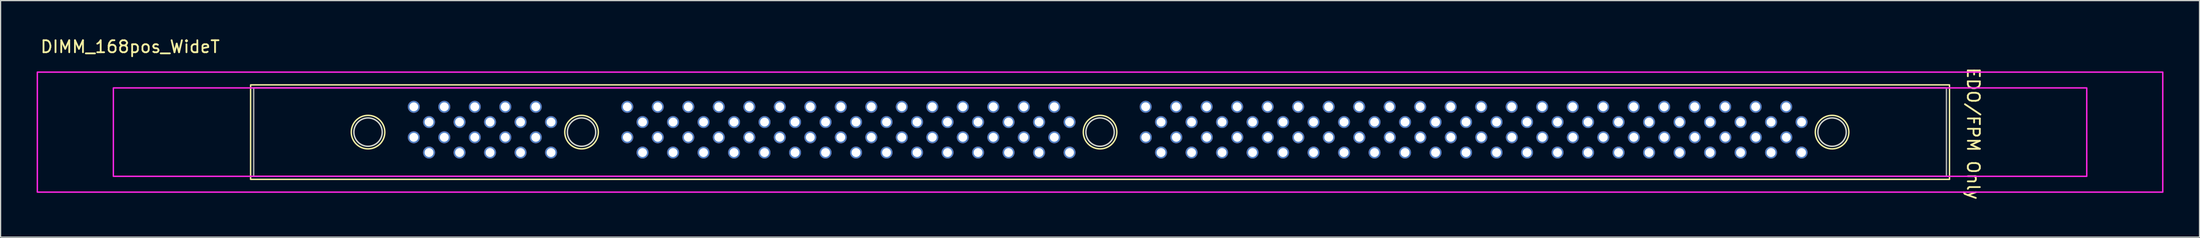
<source format=kicad_pcb>
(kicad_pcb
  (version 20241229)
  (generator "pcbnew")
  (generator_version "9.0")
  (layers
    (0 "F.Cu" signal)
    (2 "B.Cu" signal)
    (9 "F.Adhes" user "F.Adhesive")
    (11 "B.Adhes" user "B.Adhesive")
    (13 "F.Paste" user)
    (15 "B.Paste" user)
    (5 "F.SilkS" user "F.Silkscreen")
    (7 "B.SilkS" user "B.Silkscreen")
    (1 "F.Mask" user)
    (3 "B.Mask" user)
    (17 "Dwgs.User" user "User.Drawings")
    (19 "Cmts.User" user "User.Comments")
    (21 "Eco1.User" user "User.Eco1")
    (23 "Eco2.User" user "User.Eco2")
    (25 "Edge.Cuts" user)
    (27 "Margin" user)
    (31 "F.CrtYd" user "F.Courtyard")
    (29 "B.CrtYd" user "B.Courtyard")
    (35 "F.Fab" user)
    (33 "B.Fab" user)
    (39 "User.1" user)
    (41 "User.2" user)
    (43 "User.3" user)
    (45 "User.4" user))
  (footprint "DIMM_168pos_WideT"
    (layer "F.Cu")
    (at 7.28 5.852)
    (property "Reference" "DIMM_168pos_WideT" (at 0.508 -5.004 0) (unlocked yes) (layer "F.SilkS") (effects (font (size 1 1) (thickness 0.15))))
    (attr through_hole)
    (fp_rect (start 10.541 -1.829) (end 152.019 6.045) (stroke (width 0.12) (type solid)) (fill no) (layer "F.SilkS"))
    (fp_circle (center 20.32 2.108) (end 21.717 2.108) (stroke (width 0.12) (type solid)) (fill no) (layer "F.SilkS"))
    (fp_circle (center 38.1 2.108) (end 39.497 2.108) (stroke (width 0.12) (type solid)) (fill no) (layer "F.SilkS"))
    (fp_circle (center 81.28 2.108) (end 82.677 2.108) (stroke (width 0.12) (type solid)) (fill no) (layer "F.SilkS"))
    (fp_circle (center 142.24 2.108) (end 143.637 2.108) (stroke (width 0.12) (type solid)) (fill no) (layer "F.SilkS"))
    (fp_circle (center 20.32 2.108) (end 21.501 2.108) (stroke (width 0.12) (type solid)) (fill no) (layer "Edge.Cuts"))
    (fp_circle (center 38.1 2.108) (end 39.281 2.108) (stroke (width 0.12) (type solid)) (fill no) (layer "Edge.Cuts"))
    (fp_circle (center 81.28 2.108) (end 82.461 2.108) (stroke (width 0.12) (type solid)) (fill no) (layer "Edge.Cuts"))
    (fp_circle (center 142.24 2.108) (end 143.421 2.108) (stroke (width 0.12) (type solid)) (fill no) (layer "Edge.Cuts"))
    (fp_rect (start -7.22 -2.892) (end 169.78 7.108) (stroke (width 0.12) (type solid)) (fill no) (layer "F.CrtYd"))
    (fp_rect (start -0.889 -1.575) (end 163.449 5.791) (stroke (width 0.12) (type solid)) (fill no) (layer "F.CrtYd"))
    (fp_rect (start 10.795 -1.575) (end 151.765 5.791) (stroke (width 0.12) (type solid)) (fill no) (layer "F.Fab"))
    (fp_text user "EDO/FPM Only" (at 154 2.235 270) (unlocked yes) (layer "F.SilkS") (effects (font (size 1 1) (thickness 0.15))))
    (pad "1" thru_hole circle (at 24.13 2.54) (size 1 1) (drill 0.74) (layers "*.Cu" "*.Mask"))
    (pad "2" thru_hole circle (at 25.4 3.81) (size 1 1) (drill 0.74) (layers "*.Cu" "*.Mask"))
    (pad "3" thru_hole circle (at 26.67 2.54) (size 1 1) (drill 0.74) (layers "*.Cu" "*.Mask"))
    (pad "4" thru_hole circle (at 27.94 3.81) (size 1 1) (drill 0.74) (layers "*.Cu" "*.Mask"))
    (pad "5" thru_hole circle (at 29.21 2.54) (size 1 1) (drill 0.74) (layers "*.Cu" "*.Mask"))
    (pad "6" thru_hole circle (at 30.48 3.81) (size 1 1) (drill 0.74) (layers "*.Cu" "*.Mask"))
    (pad "7" thru_hole circle (at 31.75 2.54) (size 1 1) (drill 0.74) (layers "*.Cu" "*.Mask"))
    (pad "8" thru_hole circle (at 33.02 3.81) (size 1 1) (drill 0.74) (layers "*.Cu" "*.Mask"))
    (pad "9" thru_hole circle (at 34.29 2.54) (size 1 1) (drill 0.74) (layers "*.Cu" "*.Mask"))
    (pad "10" thru_hole circle (at 35.56 3.81) (size 1 1) (drill 0.74) (layers "*.Cu" "*.Mask"))
    (pad "11" thru_hole circle (at 41.91 2.54) (size 1 1) (drill 0.74) (layers "*.Cu" "*.Mask"))
    (pad "12" thru_hole circle (at 43.18 3.81) (size 1 1) (drill 0.74) (layers "*.Cu" "*.Mask"))
    (pad "13" thru_hole circle (at 44.45 2.54) (size 1 1) (drill 0.74) (layers "*.Cu" "*.Mask"))
    (pad "14" thru_hole circle (at 45.72 3.81) (size 1 1) (drill 0.74) (layers "*.Cu" "*.Mask"))
    (pad "15" thru_hole circle (at 46.99 2.54) (size 1 1) (drill 0.74) (layers "*.Cu" "*.Mask"))
    (pad "16" thru_hole circle (at 48.26 3.81) (size 1 1) (drill 0.74) (layers "*.Cu" "*.Mask"))
    (pad "17" thru_hole circle (at 49.53 2.54) (size 1 1) (drill 0.74) (layers "*.Cu" "*.Mask"))
    (pad "18" thru_hole circle (at 50.8 3.81) (size 1 1) (drill 0.74) (layers "*.Cu" "*.Mask"))
    (pad "19" thru_hole circle (at 52.07 2.54) (size 1 1) (drill 0.74) (layers "*.Cu" "*.Mask"))
    (pad "20" thru_hole circle (at 53.34 3.81) (size 1 1) (drill 0.74) (layers "*.Cu" "*.Mask"))
    (pad "21" thru_hole circle (at 54.61 2.54) (size 1 1) (drill 0.74) (layers "*.Cu" "*.Mask"))
    (pad "22" thru_hole circle (at 55.88 3.81) (size 1 1) (drill 0.74) (layers "*.Cu" "*.Mask"))
    (pad "23" thru_hole circle (at 57.15 2.54) (size 1 1) (drill 0.74) (layers "*.Cu" "*.Mask"))
    (pad "24" thru_hole circle (at 58.42 3.81) (size 1 1) (drill 0.74) (layers "*.Cu" "*.Mask"))
    (pad "25" thru_hole circle (at 59.69 2.54) (size 1 1) (drill 0.74) (layers "*.Cu" "*.Mask"))
    (pad "26" thru_hole circle (at 60.96 3.81) (size 1 1) (drill 0.74) (layers "*.Cu" "*.Mask"))
    (pad "27" thru_hole circle (at 62.23 2.54) (size 1 1) (drill 0.74) (layers "*.Cu" "*.Mask"))
    (pad "28" thru_hole circle (at 63.5 3.81) (size 1 1) (drill 0.74) (layers "*.Cu" "*.Mask"))
    (pad "29" thru_hole circle (at 64.77 2.54) (size 1 1) (drill 0.74) (layers "*.Cu" "*.Mask"))
    (pad "30" thru_hole circle (at 66.04 3.81) (size 1 1) (drill 0.74) (layers "*.Cu" "*.Mask"))
    (pad "31" thru_hole circle (at 67.31 2.54) (size 1 1) (drill 0.74) (layers "*.Cu" "*.Mask"))
    (pad "32" thru_hole circle (at 68.58 3.81) (size 1 1) (drill 0.74) (layers "*.Cu" "*.Mask"))
    (pad "33" thru_hole circle (at 69.85 2.54) (size 1 1) (drill 0.74) (layers "*.Cu" "*.Mask"))
    (pad "34" thru_hole circle (at 71.12 3.81) (size 1 1) (drill 0.74) (layers "*.Cu" "*.Mask"))
    (pad "35" thru_hole circle (at 72.39 2.54) (size 1 1) (drill 0.74) (layers "*.Cu" "*.Mask"))
    (pad "36" thru_hole circle (at 73.66 3.81) (size 1 1) (drill 0.74) (layers "*.Cu" "*.Mask"))
    (pad "37" thru_hole circle (at 74.93 2.54) (size 1 1) (drill 0.74) (layers "*.Cu" "*.Mask"))
    (pad "38" thru_hole circle (at 76.2 3.81) (size 1 1) (drill 0.74) (layers "*.Cu" "*.Mask"))
    (pad "39" thru_hole circle (at 77.47 2.54) (size 1 1) (drill 0.74) (layers "*.Cu" "*.Mask"))
    (pad "40" thru_hole circle (at 78.74 3.81) (size 1 1) (drill 0.74) (layers "*.Cu" "*.Mask"))
    (pad "41" thru_hole circle (at 85.09 2.54) (size 1 1) (drill 0.74) (layers "*.Cu" "*.Mask"))
    (pad "42" thru_hole circle (at 86.36 3.81) (size 1 1) (drill 0.74) (layers "*.Cu" "*.Mask"))
    (pad "43" thru_hole circle (at 87.63 2.54) (size 1 1) (drill 0.74) (layers "*.Cu" "*.Mask"))
    (pad "44" thru_hole circle (at 88.9 3.81) (size 1 1) (drill 0.74) (layers "*.Cu" "*.Mask"))
    (pad "45" thru_hole circle (at 90.17 2.54) (size 1 1) (drill 0.74) (layers "*.Cu" "*.Mask"))
    (pad "46" thru_hole circle (at 91.44 3.81) (size 1 1) (drill 0.74) (layers "*.Cu" "*.Mask"))
    (pad "47" thru_hole circle (at 92.71 2.54) (size 1 1) (drill 0.74) (layers "*.Cu" "*.Mask"))
    (pad "48" thru_hole circle (at 93.98 3.81) (size 1 1) (drill 0.74) (layers "*.Cu" "*.Mask"))
    (pad "49" thru_hole circle (at 95.25 2.54) (size 1 1) (drill 0.74) (layers "*.Cu" "*.Mask"))
    (pad "50" thru_hole circle (at 96.52 3.81) (size 1 1) (drill 0.74) (layers "*.Cu" "*.Mask"))
    (pad "51" thru_hole circle (at 97.79 2.54) (size 1 1) (drill 0.74) (layers "*.Cu" "*.Mask"))
    (pad "52" thru_hole circle (at 99.06 3.81) (size 1 1) (drill 0.74) (layers "*.Cu" "*.Mask"))
    (pad "53" thru_hole circle (at 100.33 2.54) (size 1 1) (drill 0.74) (layers "*.Cu" "*.Mask"))
    (pad "54" thru_hole circle (at 101.6 3.81) (size 1 1) (drill 0.74) (layers "*.Cu" "*.Mask"))
    (pad "55" thru_hole circle (at 102.87 2.54) (size 1 1) (drill 0.74) (layers "*.Cu" "*.Mask"))
    (pad "56" thru_hole circle (at 104.14 3.81) (size 1 1) (drill 0.74) (layers "*.Cu" "*.Mask"))
    (pad "57" thru_hole circle (at 105.41 2.54) (size 1 1) (drill 0.74) (layers "*.Cu" "*.Mask"))
    (pad "58" thru_hole circle (at 106.68 3.81) (size 1 1) (drill 0.74) (layers "*.Cu" "*.Mask"))
    (pad "59" thru_hole circle (at 107.95 2.54) (size 1 1) (drill 0.74) (layers "*.Cu" "*.Mask"))
    (pad "60" thru_hole circle (at 109.22 3.81) (size 1 1) (drill 0.74) (layers "*.Cu" "*.Mask"))
    (pad "61" thru_hole circle (at 110.49 2.54) (size 1 1) (drill 0.74) (layers "*.Cu" "*.Mask"))
    (pad "62" thru_hole circle (at 111.76 3.81) (size 1 1) (drill 0.74) (layers "*.Cu" "*.Mask"))
    (pad "63" thru_hole circle (at 113.03 2.54) (size 1 1) (drill 0.74) (layers "*.Cu" "*.Mask"))
    (pad "64" thru_hole circle (at 114.3 3.81) (size 1 1) (drill 0.74) (layers "*.Cu" "*.Mask"))
    (pad "65" thru_hole circle (at 115.57 2.54) (size 1 1) (drill 0.74) (layers "*.Cu" "*.Mask"))
    (pad "66" thru_hole circle (at 116.84 3.81) (size 1 1) (drill 0.74) (layers "*.Cu" "*.Mask"))
    (pad "67" thru_hole circle (at 118.11 2.54) (size 1 1) (drill 0.74) (layers "*.Cu" "*.Mask"))
    (pad "68" thru_hole circle (at 119.38 3.81) (size 1 1) (drill 0.74) (layers "*.Cu" "*.Mask"))
    (pad "69" thru_hole circle (at 120.65 2.54) (size 1 1) (drill 0.74) (layers "*.Cu" "*.Mask"))
    (pad "70" thru_hole circle (at 121.92 3.81) (size 1 1) (drill 0.74) (layers "*.Cu" "*.Mask"))
    (pad "71" thru_hole circle (at 123.19 2.54) (size 1 1) (drill 0.74) (layers "*.Cu" "*.Mask"))
    (pad "72" thru_hole circle (at 124.46 3.81) (size 1 1) (drill 0.74) (layers "*.Cu" "*.Mask"))
    (pad "73" thru_hole circle (at 125.73 2.54) (size 1 1) (drill 0.74) (layers "*.Cu" "*.Mask"))
    (pad "74" thru_hole circle (at 127 3.81) (size 1 1) (drill 0.74) (layers "*.Cu" "*.Mask"))
    (pad "75" thru_hole circle (at 128.27 2.54) (size 1 1) (drill 0.74) (layers "*.Cu" "*.Mask"))
    (pad "76" thru_hole circle (at 129.54 3.81) (size 1 1) (drill 0.74) (layers "*.Cu" "*.Mask"))
    (pad "77" thru_hole circle (at 130.81 2.54) (size 1 1) (drill 0.74) (layers "*.Cu" "*.Mask"))
    (pad "78" thru_hole circle (at 132.08 3.81) (size 1 1) (drill 0.74) (layers "*.Cu" "*.Mask"))
    (pad "79" thru_hole circle (at 133.35 2.54) (size 1 1) (drill 0.74) (layers "*.Cu" "*.Mask"))
    (pad "80" thru_hole circle (at 134.62 3.81) (size 1 1) (drill 0.74) (layers "*.Cu" "*.Mask"))
    (pad "81" thru_hole circle (at 135.89 2.54) (size 1 1) (drill 0.74) (layers "*.Cu" "*.Mask"))
    (pad "82" thru_hole circle (at 137.16 3.81) (size 1 1) (drill 0.74) (layers "*.Cu" "*.Mask"))
    (pad "83" thru_hole circle (at 138.43 2.54) (size 1 1) (drill 0.74) (layers "*.Cu" "*.Mask"))
    (pad "84" thru_hole circle (at 139.7 3.81) (size 1 1) (drill 0.74) (layers "*.Cu" "*.Mask"))
    (pad "85" thru_hole circle (at 24.13 0) (size 1 1) (drill 0.74) (layers "*.Cu" "*.Mask"))
    (pad "86" thru_hole circle (at 25.4 1.27) (size 1 1) (drill 0.74) (layers "*.Cu" "*.Mask"))
    (pad "87" thru_hole circle (at 26.67 0) (size 1 1) (drill 0.74) (layers "*.Cu" "*.Mask"))
    (pad "88" thru_hole circle (at 27.94 1.27) (size 1 1) (drill 0.74) (layers "*.Cu" "*.Mask"))
    (pad "89" thru_hole circle (at 29.21 0) (size 1 1) (drill 0.74) (layers "*.Cu" "*.Mask"))
    (pad "90" thru_hole circle (at 30.48 1.27) (size 1 1) (drill 0.74) (layers "*.Cu" "*.Mask"))
    (pad "91" thru_hole circle (at 31.75 0) (size 1 1) (drill 0.74) (layers "*.Cu" "*.Mask"))
    (pad "92" thru_hole circle (at 33.02 1.27) (size 1 1) (drill 0.74) (layers "*.Cu" "*.Mask"))
    (pad "93" thru_hole circle (at 34.29 0) (size 1 1) (drill 0.74) (layers "*.Cu" "*.Mask"))
    (pad "94" thru_hole circle (at 35.56 1.27) (size 1 1) (drill 0.74) (layers "*.Cu" "*.Mask"))
    (pad "95" thru_hole circle (at 41.91 0) (size 1 1) (drill 0.74) (layers "*.Cu" "*.Mask"))
    (pad "96" thru_hole circle (at 43.18 1.27) (size 1 1) (drill 0.74) (layers "*.Cu" "*.Mask"))
    (pad "97" thru_hole circle (at 44.45 0) (size 1 1) (drill 0.74) (layers "*.Cu" "*.Mask"))
    (pad "98" thru_hole circle (at 45.72 1.27) (size 1 1) (drill 0.74) (layers "*.Cu" "*.Mask"))
    (pad "99" thru_hole circle (at 46.99 0) (size 1 1) (drill 0.74) (layers "*.Cu" "*.Mask"))
    (pad "100" thru_hole circle (at 48.26 1.27) (size 1 1) (drill 0.74) (layers "*.Cu" "*.Mask"))
    (pad "101" thru_hole circle (at 49.53 0) (size 1 1) (drill 0.74) (layers "*.Cu" "*.Mask"))
    (pad "102" thru_hole circle (at 50.8 1.27) (size 1 1) (drill 0.74) (layers "*.Cu" "*.Mask"))
    (pad "103" thru_hole circle (at 52.07 0) (size 1 1) (drill 0.74) (layers "*.Cu" "*.Mask"))
    (pad "104" thru_hole circle (at 53.34 1.27) (size 1 1) (drill 0.74) (layers "*.Cu" "*.Mask"))
    (pad "105" thru_hole circle (at 54.61 0) (size 1 1) (drill 0.74) (layers "*.Cu" "*.Mask"))
    (pad "106" thru_hole circle (at 55.88 1.27) (size 1 1) (drill 0.74) (layers "*.Cu" "*.Mask"))
    (pad "107" thru_hole circle (at 57.15 0) (size 1 1) (drill 0.74) (layers "*.Cu" "*.Mask"))
    (pad "108" thru_hole circle (at 58.42 1.27) (size 1 1) (drill 0.74) (layers "*.Cu" "*.Mask"))
    (pad "109" thru_hole circle (at 59.69 0) (size 1 1) (drill 0.74) (layers "*.Cu" "*.Mask"))
    (pad "110" thru_hole circle (at 60.96 1.27) (size 1 1) (drill 0.74) (layers "*.Cu" "*.Mask"))
    (pad "111" thru_hole circle (at 62.23 0) (size 1 1) (drill 0.74) (layers "*.Cu" "*.Mask"))
    (pad "112" thru_hole circle (at 63.5 1.27) (size 1 1) (drill 0.74) (layers "*.Cu" "*.Mask"))
    (pad "113" thru_hole circle (at 64.77 0) (size 1 1) (drill 0.74) (layers "*.Cu" "*.Mask"))
    (pad "114" thru_hole circle (at 66.04 1.27) (size 1 1) (drill 0.74) (layers "*.Cu" "*.Mask"))
    (pad "115" thru_hole circle (at 67.31 0) (size 1 1) (drill 0.74) (layers "*.Cu" "*.Mask"))
    (pad "116" thru_hole circle (at 68.58 1.27) (size 1 1) (drill 0.74) (layers "*.Cu" "*.Mask"))
    (pad "117" thru_hole circle (at 69.85 0) (size 1 1) (drill 0.74) (layers "*.Cu" "*.Mask"))
    (pad "118" thru_hole circle (at 71.12 1.27) (size 1 1) (drill 0.74) (layers "*.Cu" "*.Mask"))
    (pad "119" thru_hole circle (at 72.39 0) (size 1 1) (drill 0.74) (layers "*.Cu" "*.Mask"))
    (pad "120" thru_hole circle (at 73.66 1.27) (size 1 1) (drill 0.74) (layers "*.Cu" "*.Mask"))
    (pad "121" thru_hole circle (at 74.93 0) (size 1 1) (drill 0.74) (layers "*.Cu" "*.Mask"))
    (pad "122" thru_hole circle (at 76.2 1.27) (size 1 1) (drill 0.74) (layers "*.Cu" "*.Mask"))
    (pad "123" thru_hole circle (at 77.47 0) (size 1 1) (drill 0.74) (layers "*.Cu" "*.Mask"))
    (pad "124" thru_hole circle (at 78.74 1.27) (size 1 1) (drill 0.74) (layers "*.Cu" "*.Mask"))
    (pad "125" thru_hole circle (at 85.078 -0.002) (size 1 1) (drill 0.74) (layers "*.Cu" "*.Mask"))
    (pad "126" thru_hole circle (at 86.36 1.27) (size 1 1) (drill 0.74) (layers "*.Cu" "*.Mask"))
    (pad "127" thru_hole circle (at 87.618 -0.002) (size 1 1) (drill 0.74) (layers "*.Cu" "*.Mask"))
    (pad "128" thru_hole circle (at 88.9 1.27) (size 1 1) (drill 0.74) (layers "*.Cu" "*.Mask"))
    (pad "129" thru_hole circle (at 90.158 -0.002) (size 1 1) (drill 0.74) (layers "*.Cu" "*.Mask"))
    (pad "130" thru_hole circle (at 91.44 1.27) (size 1 1) (drill 0.74) (layers "*.Cu" "*.Mask"))
    (pad "131" thru_hole circle (at 92.698 -0.002) (size 1 1) (drill 0.74) (layers "*.Cu" "*.Mask"))
    (pad "132" thru_hole circle (at 93.98 1.27) (size 1 1) (drill 0.74) (layers "*.Cu" "*.Mask"))
    (pad "133" thru_hole circle (at 95.238 -0.002) (size 1 1) (drill 0.74) (layers "*.Cu" "*.Mask"))
    (pad "134" thru_hole circle (at 96.52 1.27) (size 1 1) (drill 0.74) (layers "*.Cu" "*.Mask"))
    (pad "135" thru_hole circle (at 97.778 -0.002) (size 1 1) (drill 0.74) (layers "*.Cu" "*.Mask"))
    (pad "136" thru_hole circle (at 99.06 1.27) (size 1 1) (drill 0.74) (layers "*.Cu" "*.Mask"))
    (pad "137" thru_hole circle (at 100.318 -0.002) (size 1 1) (drill 0.74) (layers "*.Cu" "*.Mask"))
    (pad "138" thru_hole circle (at 101.6 1.27) (size 1 1) (drill 0.74) (layers "*.Cu" "*.Mask"))
    (pad "139" thru_hole circle (at 102.858 -0.002) (size 1 1) (drill 0.74) (layers "*.Cu" "*.Mask"))
    (pad "140" thru_hole circle (at 104.14 1.27) (size 1 1) (drill 0.74) (layers "*.Cu" "*.Mask"))
    (pad "141" thru_hole circle (at 105.398 -0.002) (size 1 1) (drill 0.74) (layers "*.Cu" "*.Mask"))
    (pad "142" thru_hole circle (at 106.68 1.27) (size 1 1) (drill 0.74) (layers "*.Cu" "*.Mask"))
    (pad "143" thru_hole circle (at 107.938 -0.002) (size 1 1) (drill 0.74) (layers "*.Cu" "*.Mask"))
    (pad "144" thru_hole circle (at 109.22 1.27) (size 1 1) (drill 0.74) (layers "*.Cu" "*.Mask"))
    (pad "145" thru_hole circle (at 110.478 -0.002) (size 1 1) (drill 0.74) (layers "*.Cu" "*.Mask"))
    (pad "146" thru_hole circle (at 111.76 1.27) (size 1 1) (drill 0.74) (layers "*.Cu" "*.Mask"))
    (pad "147" thru_hole circle (at 113.018 -0.002) (size 1 1) (drill 0.74) (layers "*.Cu" "*.Mask"))
    (pad "148" thru_hole circle (at 114.3 1.27) (size 1 1) (drill 0.74) (layers "*.Cu" "*.Mask"))
    (pad "149" thru_hole circle (at 115.558 -0.002) (size 1 1) (drill 0.74) (layers "*.Cu" "*.Mask"))
    (pad "150" thru_hole circle (at 116.84 1.27) (size 1 1) (drill 0.74) (layers "*.Cu" "*.Mask"))
    (pad "151" thru_hole circle (at 118.098 -0.002) (size 1 1) (drill 0.74) (layers "*.Cu" "*.Mask"))
    (pad "152" thru_hole circle (at 119.38 1.27) (size 1 1) (drill 0.74) (layers "*.Cu" "*.Mask"))
    (pad "153" thru_hole circle (at 120.638 -0.002) (size 1 1) (drill 0.74) (layers "*.Cu" "*.Mask"))
    (pad "154" thru_hole circle (at 121.92 1.27) (size 1 1) (drill 0.74) (layers "*.Cu" "*.Mask"))
    (pad "155" thru_hole circle (at 123.178 -0.002) (size 1 1) (drill 0.74) (layers "*.Cu" "*.Mask"))
    (pad "156" thru_hole circle (at 124.46 1.27) (size 1 1) (drill 0.74) (layers "*.Cu" "*.Mask"))
    (pad "157" thru_hole circle (at 125.718 -0.002) (size 1 1) (drill 0.74) (layers "*.Cu" "*.Mask"))
    (pad "158" thru_hole circle (at 127 1.27) (size 1 1) (drill 0.74) (layers "*.Cu" "*.Mask"))
    (pad "159" thru_hole circle (at 128.258 -0.002) (size 1 1) (drill 0.74) (layers "*.Cu" "*.Mask"))
    (pad "160" thru_hole circle (at 129.54 1.27) (size 1 1) (drill 0.74) (layers "*.Cu" "*.Mask"))
    (pad "161" thru_hole circle (at 130.798 -0.002) (size 1 1) (drill 0.74) (layers "*.Cu" "*.Mask"))
    (pad "162" thru_hole circle (at 132.08 1.27) (size 1 1) (drill 0.74) (layers "*.Cu" "*.Mask"))
    (pad "163" thru_hole circle (at 133.338 -0.002) (size 1 1) (drill 0.74) (layers "*.Cu" "*.Mask"))
    (pad "164" thru_hole circle (at 134.62 1.27) (size 1 1) (drill 0.74) (layers "*.Cu" "*.Mask"))
    (pad "165" thru_hole circle (at 135.878 -0.002) (size 1 1) (drill 0.74) (layers "*.Cu" "*.Mask"))
    (pad "166" thru_hole circle (at 137.16 1.27) (size 1 1) (drill 0.74) (layers "*.Cu" "*.Mask"))
    (pad "167" thru_hole circle (at 138.418 -0.002) (size 1 1) (drill 0.74) (layers "*.Cu" "*.Mask"))
    (pad "168" thru_hole circle (at 139.7 1.27) (size 1 1) (drill 0.74) (layers "*.Cu" "*.Mask")))
  (gr_rect
    (start -3 -3)
    (end 180.12 16.712)
    (stroke (width 0.1) (type default))
    (fill no)
    (layer "Edge.Cuts")))
</source>
